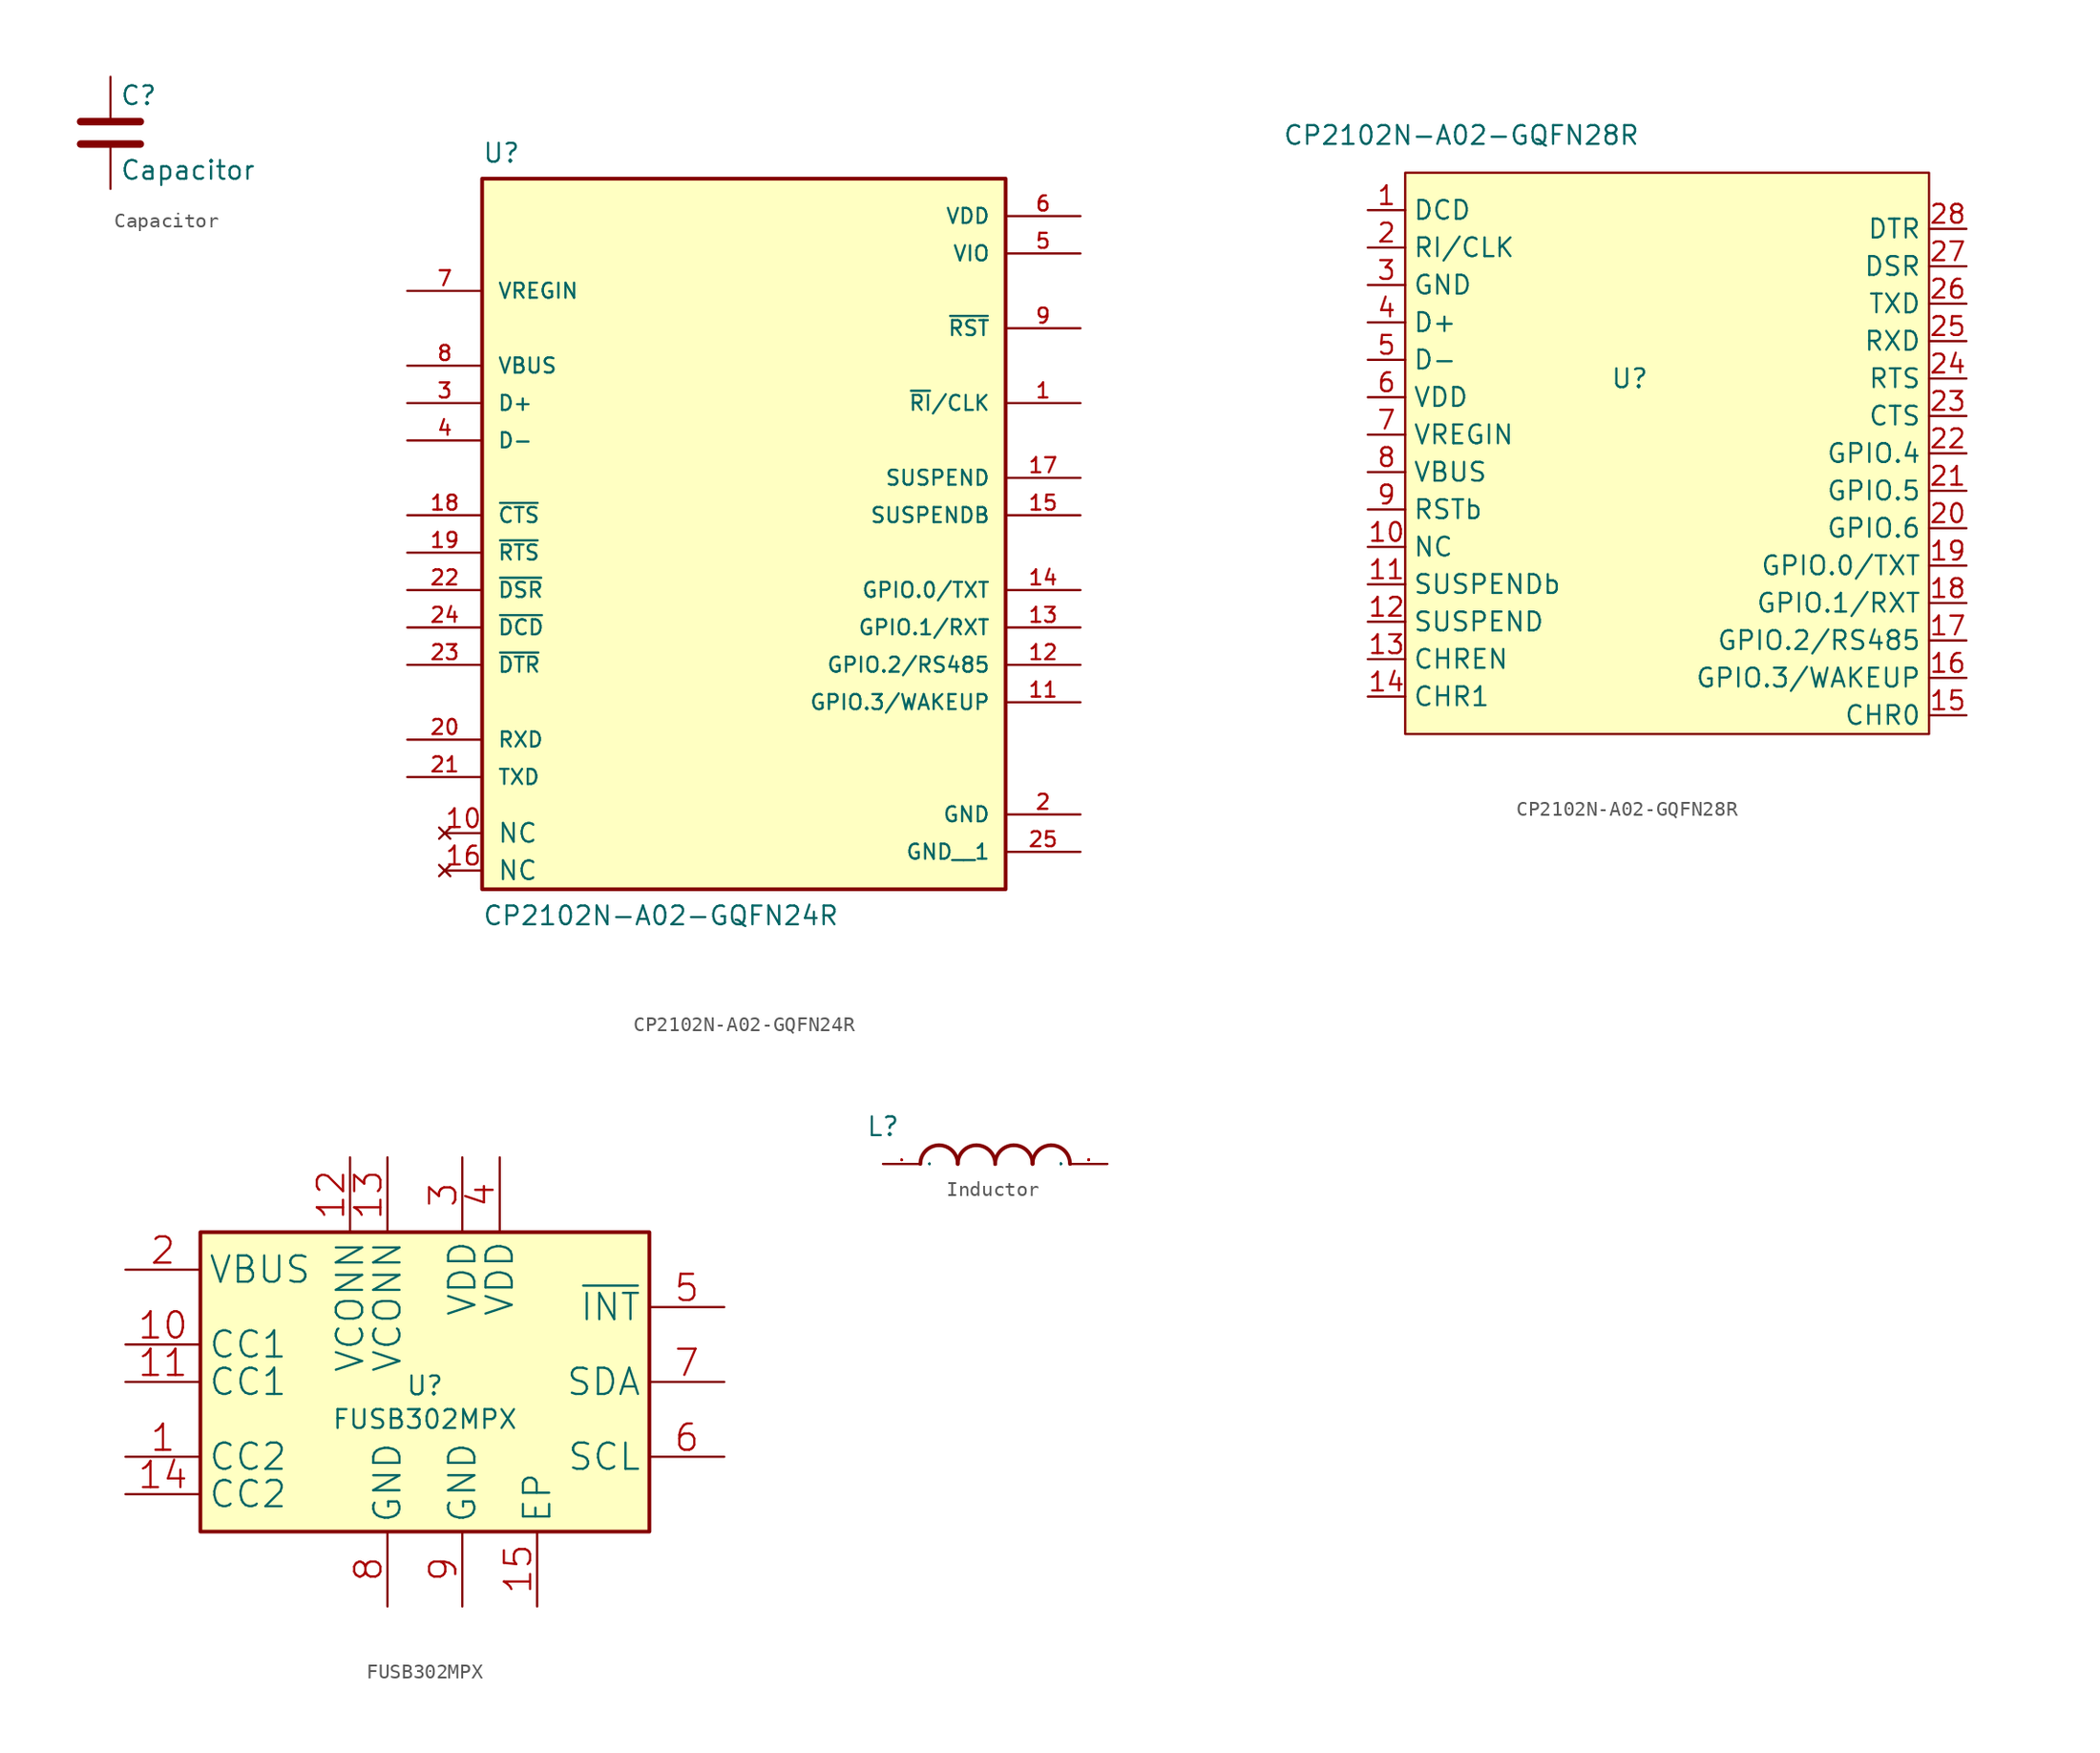
<source format=kicad_sym>
(kicad_symbol_lib
  (version 20220914)
  (generator kicad_symbol_editor)
  (symbol "Capacitor"
    (pin_numbers hide)
    (pin_names
      (offset 0.254))
    (property "Reference" "C"
      (at 0.635 2.54 0)
      (effects (font (size 1.27 1.27)) (justify left)))
    (property "Value" "Capacitor"
      (at 0.635 -2.54 0)
      (effects (font (size 1.27 1.27)) (justify left)))
    (symbol "Capacitor_0_1"
      (polyline (pts (xy -2.032 -0.762) (xy 2.032 -0.762)) (stroke (width 0.508) (type default)) (fill (type none)))
      (polyline (pts (xy -2.032 0.762) (xy 2.032 0.762)) (stroke (width 0.508) (type default)) (fill (type none))))
    (symbol "Capacitor_1_1"
      (pin passive line (at 0 3.81 270) (length 2.794) (name "~" (effects (font (size 1.27 1.27)))) (number "1" (effects (font (size 1.27 1.27)))))
      (pin passive line (at 0 -3.81 90) (length 2.794) (name "~" (effects (font (size 1.27 1.27)))) (number "2" (effects (font (size 1.27 1.27)))))))
  (symbol "CP2102N-A02-GQFN24R"
    (pin_names
      (offset 1.016))
    (property "Reference" "U"
      (at -17.78 23.86 0)
      (effects (font (size 1.27 1.27)) (justify left bottom)))
    (property "Value" "CP2102N-A02-GQFN24R"
      (at -17.78 -27.94 0)
      (effects (font (size 1.27 1.27)) (justify left bottom)))
    (symbol "CP2102N-A02-GQFN24R_0_0"
      (rectangle (start -17.78 -25.4) (end 17.78 22.86) (stroke (width 0.254) (type default)) (fill (type background)))
      (pin bidirectional line (at 22.86 7.62 180) (length 5.08) (name "~{RI}/CLK" (effects (font (size 1.016 1.016)))) (number "1" (effects (font (size 1.016 1.016)))))
      (pin bidirectional line (at 22.86 -12.7 180) (length 5.08) (name "GPIO.3/WAKEUP" (effects (font (size 1.016 1.016)))) (number "11" (effects (font (size 1.016 1.016)))))
      (pin bidirectional line (at 22.86 -10.16 180) (length 5.08) (name "GPIO.2/RS485" (effects (font (size 1.016 1.016)))) (number "12" (effects (font (size 1.016 1.016)))))
      (pin bidirectional line (at 22.86 -7.62 180) (length 5.08) (name "GPIO.1/RXT" (effects (font (size 1.016 1.016)))) (number "13" (effects (font (size 1.016 1.016)))))
      (pin bidirectional line (at 22.86 -5.08 180) (length 5.08) (name "GPIO.0/TXT" (effects (font (size 1.016 1.016)))) (number "14" (effects (font (size 1.016 1.016)))))
      (pin output line (at 22.86 0 180) (length 5.08) (name "SUSPENDB" (effects (font (size 1.016 1.016)))) (number "15" (effects (font (size 1.016 1.016)))))
      (pin output line (at 22.86 2.54 180) (length 5.08) (name "SUSPEND" (effects (font (size 1.016 1.016)))) (number "17" (effects (font (size 1.016 1.016)))))
      (pin input line (at -22.86 0 0) (length 5.08) (name "~{CTS}" (effects (font (size 1.016 1.016)))) (number "18" (effects (font (size 1.016 1.016)))))
      (pin output line (at -22.86 -2.54 0) (length 5.08) (name "~{RTS}" (effects (font (size 1.016 1.016)))) (number "19" (effects (font (size 1.016 1.016)))))
      (pin power_in line (at 22.86 -20.32 180) (length 5.08) (name "GND" (effects (font (size 1.016 1.016)))) (number "2" (effects (font (size 1.016 1.016)))))
      (pin input line (at -22.86 -15.24 0) (length 5.08) (name "RXD" (effects (font (size 1.016 1.016)))) (number "20" (effects (font (size 1.016 1.016)))))
      (pin output line (at -22.86 -17.78 0) (length 5.08) (name "TXD" (effects (font (size 1.016 1.016)))) (number "21" (effects (font (size 1.016 1.016)))))
      (pin input line (at -22.86 -5.08 0) (length 5.08) (name "~{DSR}" (effects (font (size 1.016 1.016)))) (number "22" (effects (font (size 1.016 1.016)))))
      (pin output line (at -22.86 -10.16 0) (length 5.08) (name "~{DTR}" (effects (font (size 1.016 1.016)))) (number "23" (effects (font (size 1.016 1.016)))))
      (pin input line (at -22.86 -7.62 0) (length 5.08) (name "~{DCD}" (effects (font (size 1.016 1.016)))) (number "24" (effects (font (size 1.016 1.016)))))
      (pin power_in line (at 22.86 -22.86 180) (length 5.08) (name "GND__1" (effects (font (size 1.016 1.016)))) (number "25" (effects (font (size 1.016 1.016)))))
      (pin bidirectional line (at -22.86 7.62 0) (length 5.08) (name "D+" (effects (font (size 1.016 1.016)))) (number "3" (effects (font (size 1.016 1.016)))))
      (pin bidirectional line (at -22.86 5.08 0) (length 5.08) (name "D-" (effects (font (size 1.016 1.016)))) (number "4" (effects (font (size 1.016 1.016)))))
      (pin power_in line (at 22.86 17.78 180) (length 5.08) (name "VIO" (effects (font (size 1.016 1.016)))) (number "5" (effects (font (size 1.016 1.016)))))
      (pin power_in line (at 22.86 20.32 180) (length 5.08) (name "VDD" (effects (font (size 1.016 1.016)))) (number "6" (effects (font (size 1.016 1.016)))))
      (pin input line (at -22.86 15.24 0) (length 5.08) (name "VREGIN" (effects (font (size 1.016 1.016)))) (number "7" (effects (font (size 1.016 1.016)))))
      (pin input line (at -22.86 10.16 0) (length 5.08) (name "VBUS" (effects (font (size 1.016 1.016)))) (number "8" (effects (font (size 1.016 1.016)))))
      (pin bidirectional line (at 22.86 12.7 180) (length 5.08) (name "~{RST}" (effects (font (size 1.016 1.016)))) (number "9" (effects (font (size 1.016 1.016))))))
    (symbol "CP2102N-A02-GQFN24R_1_1"
      (pin no_connect line (at -20.32 -21.59 0) (length 2.54) (name "NC" (effects (font (size 1.27 1.27)))) (number "10" (effects (font (size 1.27 1.27)))))
      (pin no_connect line (at -20.32 -24.13 0) (length 2.54) (name "NC" (effects (font (size 1.27 1.27)))) (number "16" (effects (font (size 1.27 1.27)))))))
  (symbol "CP2102N-A02-GQFN28R"
    (property "Reference" "U"
      (at 11.43 -6.35 0)
      (effects (font (size 1.27 1.27))))
    (property "Value" "CP2102N-A02-GQFN28R"
      (at 0 10.16 0)
      (effects (font (size 1.27 1.27))))
    (symbol "CP2102N-A02-GQFN28R_0_1"
      (rectangle (start -3.81 7.62) (end 31.75 -30.48) (stroke (width 0) (type default)) (fill (type background))))
    (symbol "CP2102N-A02-GQFN28R_1_1"
      (pin input line (at -6.35 5.08 0) (length 2.54) (name "DCD" (effects (font (size 1.27 1.27)))) (number "1" (effects (font (size 1.27 1.27)))))
      (pin input line (at -6.35 -17.78 0) (length 2.54) (name "NC" (effects (font (size 1.27 1.27)))) (number "10" (effects (font (size 1.27 1.27)))))
      (pin input line (at -6.35 -20.32 0) (length 2.54) (name "SUSPENDb" (effects (font (size 1.27 1.27)))) (number "11" (effects (font (size 1.27 1.27)))))
      (pin input line (at -6.35 -22.86 0) (length 2.54) (name "SUSPEND" (effects (font (size 1.27 1.27)))) (number "12" (effects (font (size 1.27 1.27)))))
      (pin input line (at -6.35 -25.4 0) (length 2.54) (name "CHREN" (effects (font (size 1.27 1.27)))) (number "13" (effects (font (size 1.27 1.27)))))
      (pin input line (at -6.35 -27.94 0) (length 2.54) (name "CHR1" (effects (font (size 1.27 1.27)))) (number "14" (effects (font (size 1.27 1.27)))))
      (pin input line (at 34.29 -29.21 180) (length 2.54) (name "CHR0" (effects (font (size 1.27 1.27)))) (number "15" (effects (font (size 1.27 1.27)))))
      (pin input line (at 34.29 -26.67 180) (length 2.54) (name "GPIO.3/WAKEUP" (effects (font (size 1.27 1.27)))) (number "16" (effects (font (size 1.27 1.27)))))
      (pin input line (at 34.29 -24.13 180) (length 2.54) (name "GPIO.2/RS485" (effects (font (size 1.27 1.27)))) (number "17" (effects (font (size 1.27 1.27)))))
      (pin input line (at 34.29 -21.59 180) (length 2.54) (name "GPIO.1/RXT" (effects (font (size 1.27 1.27)))) (number "18" (effects (font (size 1.27 1.27)))))
      (pin input line (at 34.29 -19.05 180) (length 2.54) (name "GPIO.0/TXT" (effects (font (size 1.27 1.27)))) (number "19" (effects (font (size 1.27 1.27)))))
      (pin input line (at -6.35 2.54 0) (length 2.54) (name "RI/CLK" (effects (font (size 1.27 1.27)))) (number "2" (effects (font (size 1.27 1.27)))))
      (pin input line (at 34.29 -16.51 180) (length 2.54) (name "GPIO.6" (effects (font (size 1.27 1.27)))) (number "20" (effects (font (size 1.27 1.27)))))
      (pin input line (at 34.29 -13.97 180) (length 2.54) (name "GPIO.5" (effects (font (size 1.27 1.27)))) (number "21" (effects (font (size 1.27 1.27)))))
      (pin input line (at 34.29 -11.43 180) (length 2.54) (name "GPIO.4" (effects (font (size 1.27 1.27)))) (number "22" (effects (font (size 1.27 1.27)))))
      (pin input line (at 34.29 -8.89 180) (length 2.54) (name "CTS" (effects (font (size 1.27 1.27)))) (number "23" (effects (font (size 1.27 1.27)))))
      (pin input line (at 34.29 -6.35 180) (length 2.54) (name "RTS" (effects (font (size 1.27 1.27)))) (number "24" (effects (font (size 1.27 1.27)))))
      (pin input line (at 34.29 -3.81 180) (length 2.54) (name "RXD" (effects (font (size 1.27 1.27)))) (number "25" (effects (font (size 1.27 1.27)))))
      (pin input line (at 34.29 -1.27 180) (length 2.54) (name "TXD" (effects (font (size 1.27 1.27)))) (number "26" (effects (font (size 1.27 1.27)))))
      (pin input line (at 34.29 1.27 180) (length 2.54) (name "DSR" (effects (font (size 1.27 1.27)))) (number "27" (effects (font (size 1.27 1.27)))))
      (pin input line (at 34.29 3.81 180) (length 2.54) (name "DTR" (effects (font (size 1.27 1.27)))) (number "28" (effects (font (size 1.27 1.27)))))
      (pin input line (at -6.35 0 0) (length 2.54) (name "GND" (effects (font (size 1.27 1.27)))) (number "3" (effects (font (size 1.27 1.27)))))
      (pin input line (at -6.35 -2.54 0) (length 2.54) (name "D+" (effects (font (size 1.27 1.27)))) (number "4" (effects (font (size 1.27 1.27)))))
      (pin input line (at -6.35 -5.08 0) (length 2.54) (name "D-" (effects (font (size 1.27 1.27)))) (number "5" (effects (font (size 1.27 1.27)))))
      (pin input line (at -6.35 -7.62 0) (length 2.54) (name "VDD" (effects (font (size 1.27 1.27)))) (number "6" (effects (font (size 1.27 1.27)))))
      (pin input line (at -6.35 -10.16 0) (length 2.54) (name "VREGIN" (effects (font (size 1.27 1.27)))) (number "7" (effects (font (size 1.27 1.27)))))
      (pin input line (at -6.35 -12.7 0) (length 2.54) (name "VBUS" (effects (font (size 1.27 1.27)))) (number "8" (effects (font (size 1.27 1.27)))))
      (pin input line (at -6.35 -15.24 0) (length 2.54) (name "RSTb" (effects (font (size 1.27 1.27)))) (number "9" (effects (font (size 1.27 1.27)))))))
  (symbol "FUSB302MPX"
    (property "Reference" "U"
      (at 0 2.286 0)
      (effects (font (size 1.27 1.27))))
    (property "Value" "FUSB302MPX"
      (at 0 0 0)
      (effects (font (size 1.27 1.27))))
    (symbol "FUSB302MPX_0_1"
      (rectangle (start -15.24 12.7) (end 15.24 -7.62) (stroke (width 0.254) (type solid)) (fill (type background)))
      (pin bidirectional line (at -20.32 -2.54 0) (length 5.08) (name "CC2" (effects (font (size 1.778 1.778)))) (number "1" (effects (font (size 1.778 1.778)))))
      (pin bidirectional line (at -20.32 5.08 0) (length 5.08) (name "CC1" (effects (font (size 1.778 1.778)))) (number "10" (effects (font (size 1.778 1.778)))))
      (pin bidirectional line (at -20.32 2.54 0) (length 5.08) (name "CC1" (effects (font (size 1.778 1.778)))) (number "11" (effects (font (size 1.778 1.778)))))
      (pin power_in line (at -5.08 17.78 270) (length 5.08) (name "VCONN" (effects (font (size 1.778 1.778)))) (number "12" (effects (font (size 1.778 1.778)))))
      (pin power_in line (at -2.54 17.78 270) (length 5.08) (name "VCONN" (effects (font (size 1.778 1.778)))) (number "13" (effects (font (size 1.778 1.778)))))
      (pin bidirectional line (at -20.32 -5.08 0) (length 5.08) (name "CC2" (effects (font (size 1.778 1.778)))) (number "14" (effects (font (size 1.778 1.778)))))
      (pin power_in line (at 7.62 -12.7 90) (length 5.08) (name "EP" (effects (font (size 1.778 1.778)))) (number "15" (effects (font (size 1.778 1.778)))))
      (pin power_in line (at -20.32 10.16 0) (length 5.08) (name "VBUS" (effects (font (size 1.778 1.778)))) (number "2" (effects (font (size 1.778 1.778)))))
      (pin power_in line (at 2.54 17.78 270) (length 5.08) (name "VDD" (effects (font (size 1.778 1.778)))) (number "3" (effects (font (size 1.778 1.778)))))
      (pin power_in line (at 5.08 17.78 270) (length 5.08) (name "VDD" (effects (font (size 1.778 1.778)))) (number "4" (effects (font (size 1.778 1.778)))))
      (pin open_collector line (at 20.32 7.62 180) (length 5.08) (name "~{INT}" (effects (font (size 1.778 1.778)))) (number "5" (effects (font (size 1.778 1.778)))))
      (pin input line (at 20.32 -2.54 180) (length 5.08) (name "SCL" (effects (font (size 1.778 1.778)))) (number "6" (effects (font (size 1.778 1.778)))))
      (pin bidirectional line (at 20.32 2.54 180) (length 5.08) (name "SDA" (effects (font (size 1.778 1.778)))) (number "7" (effects (font (size 1.778 1.778)))))
      (pin power_in line (at -2.54 -12.7 90) (length 5.08) (name "GND" (effects (font (size 1.778 1.778)))) (number "8" (effects (font (size 1.778 1.778)))))
      (pin power_in line (at 2.54 -12.7 90) (length 5.08) (name "GND" (effects (font (size 1.778 1.778)))) (number "9" (effects (font (size 1.778 1.778)))))))
  (symbol "Inductor"
    (property "Reference" "L"
      (at -7.62 2.54 0)
      (effects (font (size 1.27 1.27))))
    (symbol "Inductor_0_1"
      (pin passive line (at -7.62 0 0) (length 2.54) (name "1" (effects (font (size 0.025 0.025)))) (number "1" (effects (font (size 0.025 0.025)))))
      (pin passive line (at 7.62 0 180) (length 2.54) (name "2" (effects (font (size 0.025 0.025)))) (number "2" (effects (font (size 0.025 0.025))))))
    (symbol "Inductor_1_1"
      (arc (start -3.81 1.27) (mid -4.708 0.898) (end -5.08 0) (stroke (width 0.254) (type solid)) (fill (type none)))
      (arc (start -2.54 0) (mid -2.912 0.898) (end -3.81 1.27) (stroke (width 0.254) (type solid)) (fill (type none)))
      (arc (start -1.27 1.27) (mid -2.168 0.898) (end -2.54 0) (stroke (width 0.254) (type solid)) (fill (type none)))
      (arc (start 0 0) (mid -0.372 0.898) (end -1.27 1.27) (stroke (width 0.254) (type solid)) (fill (type none)))
      (arc (start 1.2446 1.27) (mid 0.3629 0.8892) (end 0 0) (stroke (width 0.254) (type solid)) (fill (type none)))
      (arc (start 2.54 0) (mid 2.159 0.907) (end 1.2446 1.27) (stroke (width 0.254) (type solid)) (fill (type none)))
      (arc (start 3.7846 1.27) (mid 2.9029 0.8892) (end 2.54 0) (stroke (width 0.254) (type solid)) (fill (type none)))
      (arc (start 5.08 0) (mid 4.699 0.907) (end 3.7846 1.27) (stroke (width 0.254) (type solid)) (fill (type none))))))
</source>
